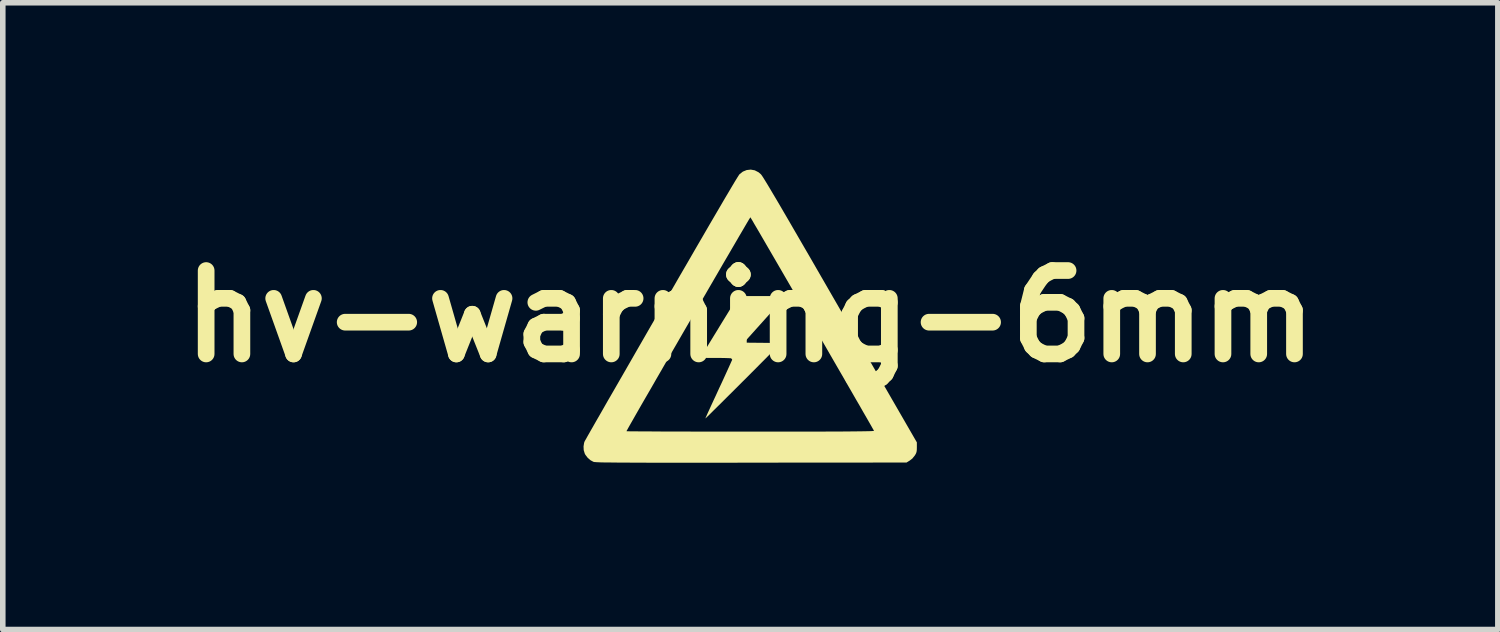
<source format=kicad_pcb>
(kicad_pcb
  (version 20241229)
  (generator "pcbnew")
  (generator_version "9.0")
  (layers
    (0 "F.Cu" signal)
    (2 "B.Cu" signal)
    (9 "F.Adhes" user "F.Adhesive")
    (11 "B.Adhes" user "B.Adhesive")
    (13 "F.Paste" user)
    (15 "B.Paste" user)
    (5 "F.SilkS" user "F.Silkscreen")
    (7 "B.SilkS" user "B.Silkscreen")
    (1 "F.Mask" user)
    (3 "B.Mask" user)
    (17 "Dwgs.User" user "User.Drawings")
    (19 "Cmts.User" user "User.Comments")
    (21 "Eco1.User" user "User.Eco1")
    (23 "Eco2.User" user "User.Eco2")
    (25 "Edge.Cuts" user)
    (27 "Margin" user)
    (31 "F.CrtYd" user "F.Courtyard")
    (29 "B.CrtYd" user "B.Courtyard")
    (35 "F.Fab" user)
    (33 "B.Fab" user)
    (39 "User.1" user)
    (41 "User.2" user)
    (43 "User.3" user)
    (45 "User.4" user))
  (footprint "hv-warning-6mm"
    (layer "F.Cu")
    (at 10.443 2.637)
    (property "Reference" "hv-warning-6mm" (at 0 0 0) (layer "F.SilkS") (effects (font (size 1.5 1.5) (thickness 0.3))))
    (attr board_only exclude_from_pos_files exclude_from_bom)
    (fp_poly (pts (xy 0.299 -0.363) (xy 0.387 -0.362) (xy 0.466 -0.361) (xy 0.531 -0.36) (xy 0.58 -0.358) (xy 0.611 -0.356) (xy 0.621 -0.354) (xy 0.614 -0.343) (xy 0.592 -0.317) (xy 0.557 -0.277) (xy 0.512 -0.225) (xy 0.457 -0.163) (xy 0.394 -0.092) (xy 0.324 -0.014) (xy 0.253 0.065) (xy -0.115 0.475) (xy 0.212 0.478) (xy 0.297 0.479) (xy 0.373 0.48) (xy 0.439 0.482) (xy 0.49 0.485) (xy 0.525 0.487) (xy 0.539 0.489) (xy 0.539 0.49) (xy 0.531 0.499) (xy 0.508 0.524) (xy 0.47 0.563) (xy 0.42 0.614) (xy 0.357 0.677) (xy 0.285 0.751) (xy 0.203 0.833) (xy 0.113 0.924) (xy 0.017 1.02) (xy -0.085 1.123) (xy -0.135 1.172) (xy -0.239 1.276) (xy -0.338 1.375) (xy -0.431 1.467) (xy -0.517 1.553) (xy -0.594 1.629) (xy -0.661 1.695) (xy -0.717 1.751) (xy -0.761 1.794) (xy -0.791 1.823) (xy -0.807 1.837) (xy -0.809 1.839) (xy -0.804 1.827) (xy -0.79 1.796) (xy -0.769 1.748) (xy -0.74 1.685) (xy -0.705 1.608) (xy -0.665 1.521) (xy -0.62 1.425) (xy -0.573 1.322) (xy -0.563 1.3) (xy -0.514 1.196) (xy -0.469 1.098) (xy -0.428 1.008) (xy -0.392 0.929) (xy -0.362 0.863) (xy -0.339 0.811) (xy -0.323 0.777) (xy -0.317 0.76) (xy -0.316 0.76) (xy -0.328 0.757) (xy -0.359 0.755) (xy -0.408 0.753) (xy -0.47 0.751) (xy -0.544 0.75) (xy -0.605 0.75) (xy -0.695 0.75) (xy -0.764 0.75) (xy -0.815 0.748) (xy -0.85 0.747) (xy -0.872 0.744) (xy -0.884 0.74) (xy -0.887 0.735) (xy -0.886 0.732) (xy -0.879 0.719) (xy -0.861 0.688) (xy -0.832 0.64) (xy -0.795 0.579) (xy -0.75 0.505) (xy -0.698 0.42) (xy -0.641 0.327) (xy -0.58 0.228) (xy -0.548 0.175) (xy -0.217 -0.363) (xy 0.202 -0.363)) (stroke (width 0) (type solid)) (fill yes) (layer "F.SilkS"))
    (fp_poly (pts (xy 0.08 -2.624) (xy 0.148 -2.589) (xy 0.188 -2.555) (xy 0.197 -2.545) (xy 0.21 -2.527) (xy 0.228 -2.5) (xy 0.251 -2.463) (xy 0.28 -2.416) (xy 0.315 -2.359) (xy 0.356 -2.29) (xy 0.404 -2.209) (xy 0.46 -2.115) (xy 0.523 -2.008) (xy 0.594 -1.886) (xy 0.673 -1.751) (xy 0.761 -1.599) (xy 0.858 -1.432) (xy 0.964 -1.249) (xy 1.081 -1.048) (xy 1.207 -0.829) (xy 1.344 -0.592) (xy 1.492 -0.335) (xy 1.618 -0.117) (xy 2.995 2.268) (xy 2.995 2.357) (xy 2.994 2.406) (xy 2.989 2.441) (xy 2.978 2.471) (xy 2.959 2.503) (xy 2.914 2.559) (xy 2.866 2.596) (xy 2.809 2.631) (xy 0.019 2.633) (xy -0.287 2.634) (xy -0.57 2.634) (xy -0.831 2.634) (xy -1.072 2.634) (xy -1.292 2.634) (xy -1.494 2.634) (xy -1.677 2.634) (xy -1.842 2.634) (xy -1.991 2.633) (xy -2.125 2.633) (xy -2.243 2.632) (xy -2.348 2.632) (xy -2.439 2.631) (xy -2.518 2.63) (xy -2.586 2.63) (xy -2.643 2.629) (xy -2.691 2.628) (xy -2.729 2.626) (xy -2.76 2.625) (xy -2.784 2.623) (xy -2.801 2.622) (xy -2.813 2.62) (xy -2.821 2.618) (xy -2.875 2.589) (xy -2.926 2.544) (xy -2.967 2.49) (xy -2.978 2.468) (xy -2.996 2.408) (xy -2.999 2.341) (xy -2.989 2.277) (xy -2.982 2.256) (xy -2.975 2.242) (xy -2.956 2.209) (xy -2.927 2.157) (xy -2.887 2.087) (xy -2.876 2.067) (xy -2.227 2.067) (xy -2.216 2.068) (xy -2.182 2.069) (xy -2.127 2.07) (xy -2.052 2.07) (xy -1.958 2.071) (xy -1.846 2.071) (xy -1.718 2.072) (xy -1.574 2.073) (xy -1.416 2.073) (xy -1.245 2.073) (xy -1.061 2.074) (xy -0.867 2.074) (xy -0.663 2.074) (xy -0.45 2.075) (xy -0.23 2.075) (xy -0.003 2.075) (xy 0.001 2.075) (xy 0.279 2.075) (xy 0.534 2.075) (xy 0.767 2.074) (xy 0.98 2.074) (xy 1.172 2.074) (xy 1.345 2.074) (xy 1.499 2.073) (xy 1.636 2.073) (xy 1.757 2.072) (xy 1.861 2.071) (xy 1.95 2.07) (xy 2.025 2.069) (xy 2.087 2.068) (xy 2.136 2.067) (xy 2.173 2.066) (xy 2.2 2.064) (xy 2.216 2.063) (xy 2.223 2.061) (xy 2.224 2.06) (xy 2.217 2.047) (xy 2.198 2.014) (xy 2.17 1.964) (xy 2.132 1.898) (xy 2.085 1.816) (xy 2.03 1.721) (xy 1.968 1.612) (xy 1.898 1.492) (xy 1.823 1.361) (xy 1.742 1.221) (xy 1.657 1.073) (xy 1.567 0.918) (xy 1.474 0.757) (xy 1.379 0.592) (xy 1.282 0.424) (xy 1.183 0.254) (xy 1.084 0.083) (xy 0.986 -0.088) (xy 0.888 -0.257) (xy 0.791 -0.423) (xy 0.697 -0.585) (xy 0.606 -0.742) (xy 0.519 -0.892) (xy 0.436 -1.035) (xy 0.358 -1.169) (xy 0.286 -1.293) (xy 0.221 -1.405) (xy 0.163 -1.505) (xy 0.112 -1.592) (xy 0.07 -1.663) (xy 0.038 -1.719) (xy 0.015 -1.757) (xy 0.003 -1.777) (xy 0.001 -1.779) (xy -0.005 -1.769) (xy -0.023 -1.741) (xy -0.051 -1.694) (xy -0.088 -1.631) (xy -0.134 -1.552) (xy -0.189 -1.459) (xy -0.251 -1.352) (xy -0.32 -1.234) (xy -0.395 -1.105) (xy -0.476 -0.967) (xy -0.561 -0.82) (xy -0.65 -0.667) (xy -0.743 -0.507) (xy -0.838 -0.343) (xy -0.936 -0.175) (xy -1.034 -0.005) (xy -1.133 0.165) (xy -1.232 0.336) (xy -1.33 0.506) (xy -1.427 0.673) (xy -1.521 0.836) (xy -1.612 0.994) (xy -1.7 1.146) (xy -1.783 1.291) (xy -1.862 1.427) (xy -1.935 1.553) (xy -2.001 1.668) (xy -2.06 1.771) (xy -2.111 1.861) (xy -2.154 1.936) (xy -2.188 1.996) (xy -2.211 2.038) (xy -2.225 2.062) (xy -2.227 2.067) (xy -2.876 2.067) (xy -2.838 2.001) (xy -2.78 1.899) (xy -2.713 1.783) (xy -2.638 1.652) (xy -2.556 1.508) (xy -2.466 1.353) (xy -2.37 1.186) (xy -2.268 1.009) (xy -2.161 0.823) (xy -2.049 0.628) (xy -1.932 0.425) (xy -1.812 0.216) (xy -1.688 0.002) (xy -1.603 -0.145) (xy -1.432 -0.441) (xy -1.272 -0.719) (xy -1.122 -0.977) (xy -0.984 -1.216) (xy -0.856 -1.436) (xy -0.74 -1.636) (xy -0.634 -1.817) (xy -0.54 -1.978) (xy -0.457 -2.12) (xy -0.385 -2.241) (xy -0.325 -2.343) (xy -0.276 -2.425) (xy -0.238 -2.487) (xy -0.212 -2.528) (xy -0.197 -2.55) (xy -0.196 -2.552) (xy -0.134 -2.601) (xy -0.065 -2.629) (xy 0.008 -2.637)) (stroke (width 0) (type solid)) (fill yes) (layer "F.SilkS")))
  (gr_rect
    (start -3 -3)
    (end 23.886 8.271)
    (stroke (width 0.1) (type default))
    (fill no)
    (layer "Edge.Cuts")))
</source>
